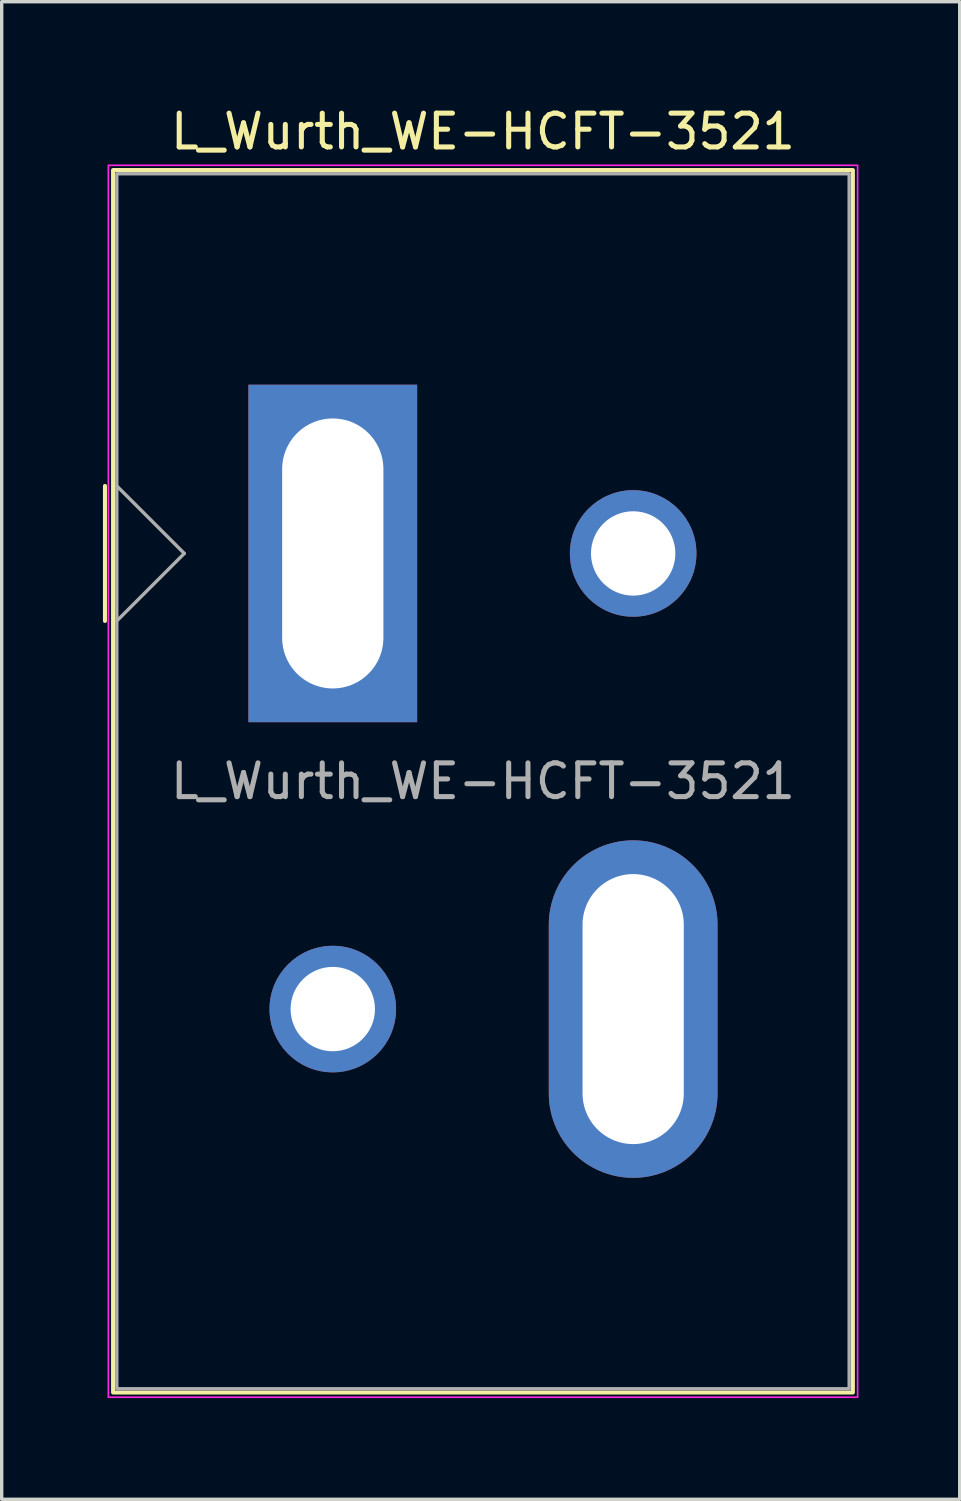
<source format=kicad_pcb>
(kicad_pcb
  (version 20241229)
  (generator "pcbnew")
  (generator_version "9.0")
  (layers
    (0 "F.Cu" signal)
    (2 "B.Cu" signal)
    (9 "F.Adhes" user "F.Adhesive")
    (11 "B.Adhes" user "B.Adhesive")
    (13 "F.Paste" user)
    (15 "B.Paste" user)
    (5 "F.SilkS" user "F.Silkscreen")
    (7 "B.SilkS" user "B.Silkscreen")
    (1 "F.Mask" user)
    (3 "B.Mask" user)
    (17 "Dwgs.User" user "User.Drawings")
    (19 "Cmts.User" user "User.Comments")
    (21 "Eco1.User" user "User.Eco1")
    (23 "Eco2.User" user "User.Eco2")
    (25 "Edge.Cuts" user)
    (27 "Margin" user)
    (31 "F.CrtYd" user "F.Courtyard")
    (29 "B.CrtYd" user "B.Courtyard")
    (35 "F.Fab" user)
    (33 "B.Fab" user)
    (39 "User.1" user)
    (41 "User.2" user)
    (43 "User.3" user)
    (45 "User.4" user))
  (footprint "L_Wurth_WE-HCFT-3521"
    (layer "F.Cu")
    (at 6.81 13.348)
    (property "Reference" "L_Wurth_WE-HCFT-3521" (at 4.45 -12.5 0) (unlocked yes) (layer "F.SilkS") (effects (font (size 1 1) (thickness 0.15))))
    (attr through_hole)
    (fp_line (start -6.75 -2) (end -6.75 2) (stroke (width 0.12) (type solid)) (layer "F.SilkS"))
    (fp_rect (start -6.51 -11.36) (end 15.41 24.86) (stroke (width 0.12) (type solid)) (fill no) (layer "F.SilkS"))
    (fp_rect (start -6.65 -11.5) (end 15.55 25) (stroke (width 0.05) (type solid)) (fill no) (layer "F.CrtYd"))
    (fp_line (start -6.4 -2) (end -4.4 0) (stroke (width 0.1) (type solid)) (layer "F.Fab"))
    (fp_line (start -4.4 0) (end -6.4 2) (stroke (width 0.1) (type solid)) (layer "F.Fab"))
    (fp_rect (start -6.4 -11.25) (end 15.3 24.75) (stroke (width 0.1) (type solid)) (fill no) (layer "F.Fab"))
    (fp_text user "${REFERENCE}" (at 4.45 6.75 0) (unlocked yes) (layer "F.Fab") (effects (font (size 1 1) (thickness 0.15))))
    (pad "" thru_hole circle (at 0 13.5) (size 3.75 3.75) (drill 2.5) (layers "*.Cu" "*.Mask"))
    (pad "" thru_hole circle (at 8.9 0) (size 3.75 3.75) (drill 2.5) (layers "*.Cu" "*.Mask"))
    (pad "1" thru_hole rect (at 0 0) (size 5 10) (drill oval 3 8) (layers "*.Cu" "*.Mask"))
    (pad "2" thru_hole oval (at 8.9 13.5) (size 5 10) (drill oval 3 8) (layers "*.Cu" "*.Mask")))
  (gr_rect
    (start -3 -3)
    (end 25.385 41.373)
    (stroke (width 0.1) (type default))
    (fill no)
    (layer "Edge.Cuts")))
</source>
